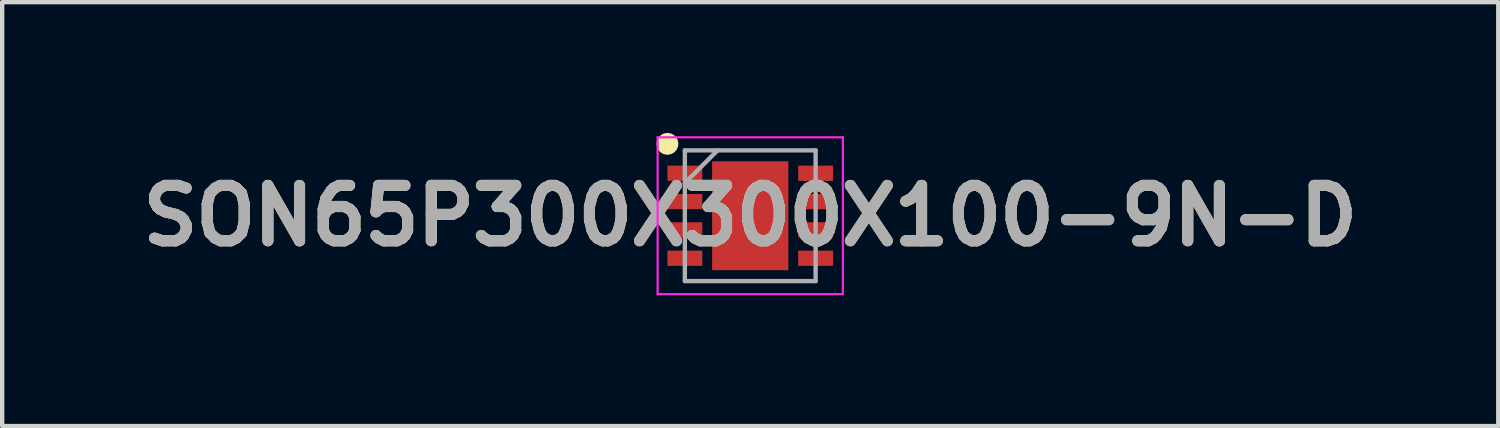
<source format=kicad_pcb>
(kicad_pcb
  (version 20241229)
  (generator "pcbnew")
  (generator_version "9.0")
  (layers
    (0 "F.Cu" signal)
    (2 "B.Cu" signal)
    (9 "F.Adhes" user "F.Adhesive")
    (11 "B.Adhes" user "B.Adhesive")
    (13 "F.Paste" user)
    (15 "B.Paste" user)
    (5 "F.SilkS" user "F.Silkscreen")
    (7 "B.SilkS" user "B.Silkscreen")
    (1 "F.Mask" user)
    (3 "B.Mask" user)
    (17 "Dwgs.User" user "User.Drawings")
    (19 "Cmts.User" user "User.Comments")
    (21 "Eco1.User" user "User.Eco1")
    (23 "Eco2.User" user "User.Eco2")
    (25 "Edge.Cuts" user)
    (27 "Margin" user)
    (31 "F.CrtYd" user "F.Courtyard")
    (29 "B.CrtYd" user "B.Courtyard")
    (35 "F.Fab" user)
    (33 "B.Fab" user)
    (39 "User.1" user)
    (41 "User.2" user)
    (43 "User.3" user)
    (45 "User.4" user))
  (footprint "SON65P300X300X100-9N-D"
    (layer "F.Cu")
    (at 14.164 1.9)
    (property "Reference" "SON65P300X300X100-9N-D" (at 0 0 0) (layer "F.SilkS") (effects (font (size 1.27 1.27) (thickness 0.254))))
    (attr smd)
    (fp_circle (center -1.9 -1.65) (end -1.9 -1.525) (stroke (width 0.25) (type solid)) (fill no) (layer "F.SilkS"))
    (fp_line (start -2.125 -1.8) (end 2.125 -1.8) (stroke (width 0.05) (type solid)) (layer "F.CrtYd"))
    (fp_line (start -2.125 1.8) (end -2.125 -1.8) (stroke (width 0.05) (type solid)) (layer "F.CrtYd"))
    (fp_line (start 2.125 -1.8) (end 2.125 1.8) (stroke (width 0.05) (type solid)) (layer "F.CrtYd"))
    (fp_line (start 2.125 1.8) (end -2.125 1.8) (stroke (width 0.05) (type solid)) (layer "F.CrtYd"))
    (fp_line (start -1.5 -1.5) (end 1.5 -1.5) (stroke (width 0.1) (type solid)) (layer "F.Fab"))
    (fp_line (start -1.5 -0.75) (end -0.75 -1.5) (stroke (width 0.1) (type solid)) (layer "F.Fab"))
    (fp_line (start -1.5 1.5) (end -1.5 -1.5) (stroke (width 0.1) (type solid)) (layer "F.Fab"))
    (fp_line (start 1.5 -1.5) (end 1.5 1.5) (stroke (width 0.1) (type solid)) (layer "F.Fab"))
    (fp_line (start 1.5 1.5) (end -1.5 1.5) (stroke (width 0.1) (type solid)) (layer "F.Fab"))
    (fp_text user "${REFERENCE}" (at 0 0 0) (layer "F.Fab") (effects (font (size 1.27 1.27) (thickness 0.254))))
    (pad "1" smd rect (at -1.5 -0.975 90) (size 0.35 0.8) (layers "F.Cu" "F.Mask" "F.Paste"))
    (pad "2" smd rect (at -1.5 -0.325 90) (size 0.35 0.8) (layers "F.Cu" "F.Mask" "F.Paste"))
    (pad "3" smd rect (at -1.5 0.325 90) (size 0.35 0.8) (layers "F.Cu" "F.Mask" "F.Paste"))
    (pad "4" smd rect (at -1.5 0.975 90) (size 0.35 0.8) (layers "F.Cu" "F.Mask" "F.Paste"))
    (pad "5" smd rect (at 1.5 0.975 90) (size 0.35 0.8) (layers "F.Cu" "F.Mask" "F.Paste"))
    (pad "6" smd rect (at 1.5 0.325 90) (size 0.35 0.8) (layers "F.Cu" "F.Mask" "F.Paste"))
    (pad "7" smd rect (at 1.5 -0.325 90) (size 0.35 0.8) (layers "F.Cu" "F.Mask" "F.Paste"))
    (pad "8" smd rect (at 1.5 -0.975 90) (size 0.35 0.8) (layers "F.Cu" "F.Mask" "F.Paste"))
    (pad "9" smd rect (at 0 0) (size 1.75 2.5) (layers "F.Cu" "F.Mask" "F.Paste")))
  (gr_rect
    (start -3 -3)
    (end 31.327 6.725)
    (stroke (width 0.1) (type default))
    (fill no)
    (layer "Edge.Cuts")))
</source>
